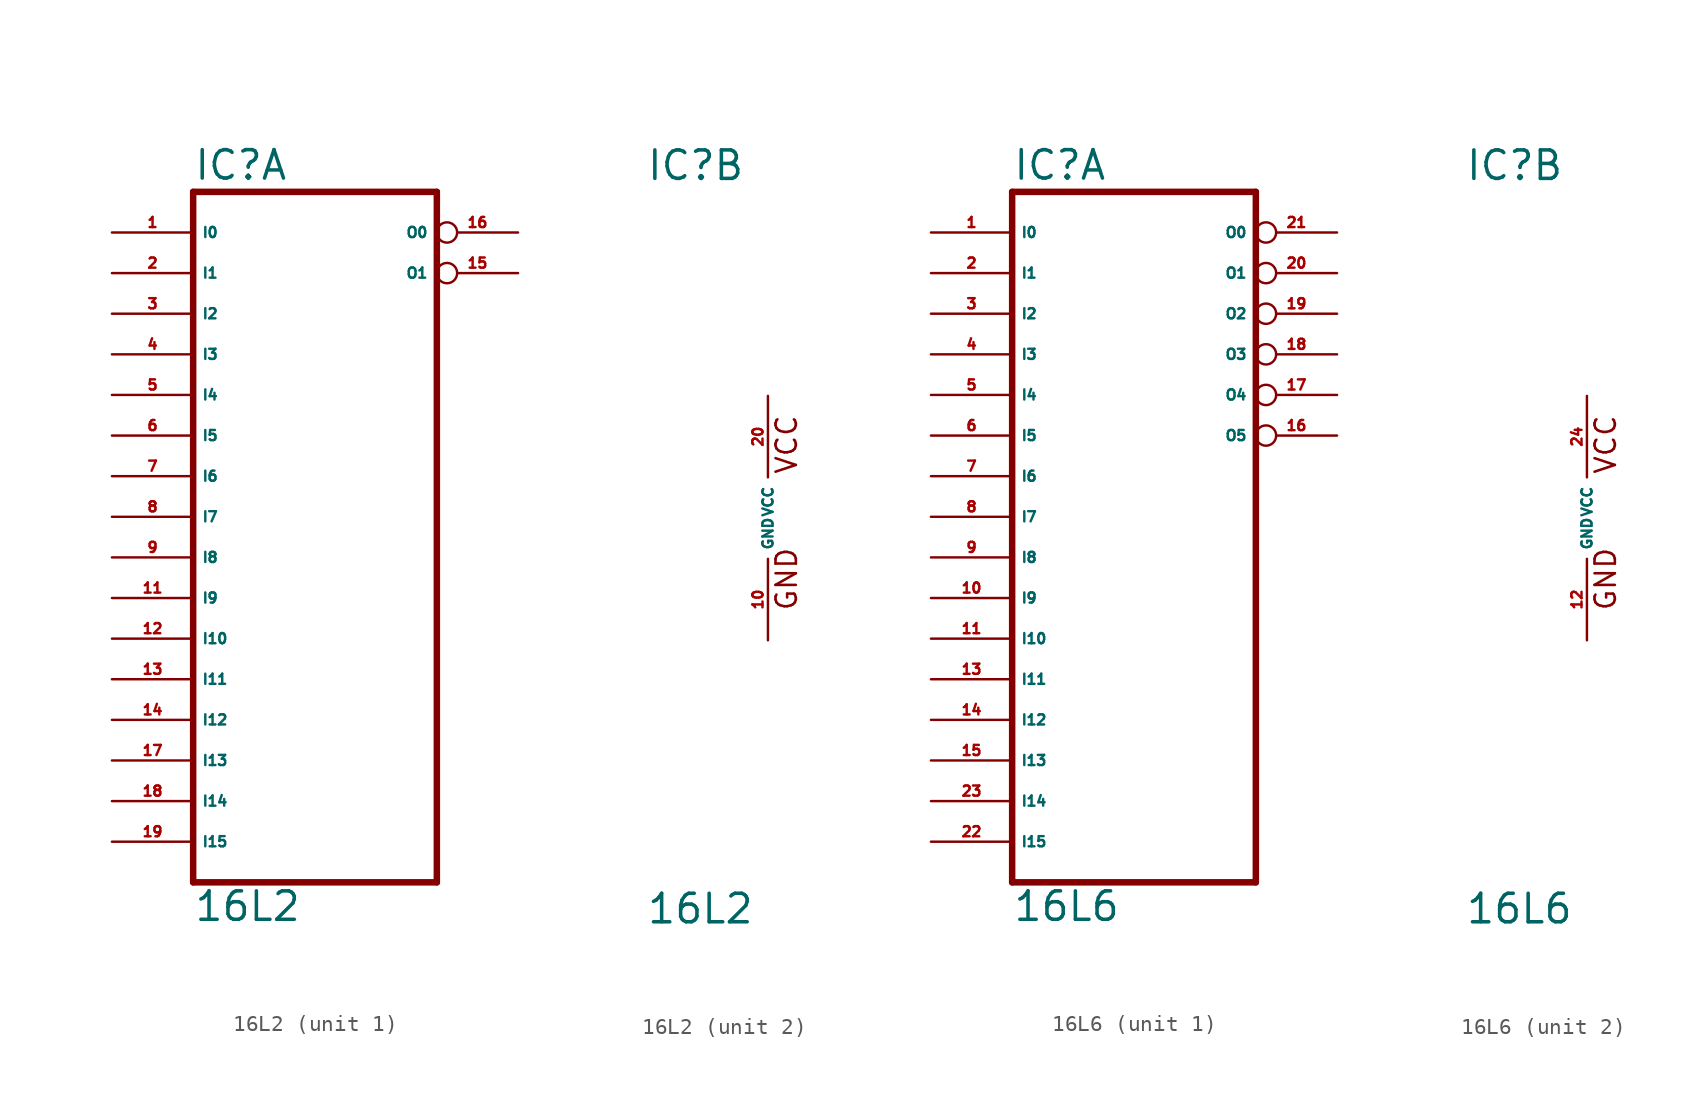
<source format=kicad_sym>
(kicad_symbol_lib
  (version 20220914)
  (generator Eagle2Kicad)
  (symbol "16L2"
    (property "Reference" "IC"
      (at -7.62 20.955 0)
      (effects (font (size 1.778 1.778) (thickness 0.22)) (justify left bottom)))
    (property "Value" "16L2"
      (at -7.62 -25.4 0)
      (effects (font (size 1.778 1.778) (thickness 0.22)) (justify left bottom)))
    (symbol "16L2_1_0"
      (polyline (pts (xy -7.62 -22.86) (xy 7.62 -22.86)) (stroke (width 0.406) (type default)) (fill (type none)))
      (polyline (pts (xy 7.62 -22.86) (xy 7.62 20.32)) (stroke (width 0.406) (type default)) (fill (type none)))
      (polyline (pts (xy 7.62 20.32) (xy -7.62 20.32)) (stroke (width 0.406) (type default)) (fill (type none)))
      (polyline (pts (xy -7.62 20.32) (xy -7.62 -22.86)) (stroke (width 0.406) (type default)) (fill (type none)))
      (pin input line (at -12.7 17.78 0) (length 5.08) (name "I0" (effects (font (size 0.635 0.635) (thickness 0.08)) (justify left bottom))) (number "1" (effects (font (size 0.635 0.635) (thickness 0.08)) (justify left bottom))))
      (pin input line (at -12.7 15.24 0) (length 5.08) (name "I1" (effects (font (size 0.635 0.635) (thickness 0.08)) (justify left bottom))) (number "2" (effects (font (size 0.635 0.635) (thickness 0.08)) (justify left bottom))))
      (pin input line (at -12.7 12.7 0) (length 5.08) (name "I2" (effects (font (size 0.635 0.635) (thickness 0.08)) (justify left bottom))) (number "3" (effects (font (size 0.635 0.635) (thickness 0.08)) (justify left bottom))))
      (pin input line (at -12.7 10.16 0) (length 5.08) (name "I3" (effects (font (size 0.635 0.635) (thickness 0.08)) (justify left bottom))) (number "4" (effects (font (size 0.635 0.635) (thickness 0.08)) (justify left bottom))))
      (pin input line (at -12.7 7.62 0) (length 5.08) (name "I4" (effects (font (size 0.635 0.635) (thickness 0.08)) (justify left bottom))) (number "5" (effects (font (size 0.635 0.635) (thickness 0.08)) (justify left bottom))))
      (pin input line (at -12.7 5.08 0) (length 5.08) (name "I5" (effects (font (size 0.635 0.635) (thickness 0.08)) (justify left bottom))) (number "6" (effects (font (size 0.635 0.635) (thickness 0.08)) (justify left bottom))))
      (pin input line (at -12.7 2.54 0) (length 5.08) (name "I6" (effects (font (size 0.635 0.635) (thickness 0.08)) (justify left bottom))) (number "7" (effects (font (size 0.635 0.635) (thickness 0.08)) (justify left bottom))))
      (pin input line (at -12.7 0 0) (length 5.08) (name "I7" (effects (font (size 0.635 0.635) (thickness 0.08)) (justify left bottom))) (number "8" (effects (font (size 0.635 0.635) (thickness 0.08)) (justify left bottom))))
      (pin input line (at -12.7 -2.54 0) (length 5.08) (name "I8" (effects (font (size 0.635 0.635) (thickness 0.08)) (justify left bottom))) (number "9" (effects (font (size 0.635 0.635) (thickness 0.08)) (justify left bottom))))
      (pin input line (at -12.7 -5.08 0) (length 5.08) (name "I9" (effects (font (size 0.635 0.635) (thickness 0.08)) (justify left bottom))) (number "11" (effects (font (size 0.635 0.635) (thickness 0.08)) (justify left bottom))))
      (pin input line (at -12.7 -7.62 0) (length 5.08) (name "I10" (effects (font (size 0.635 0.635) (thickness 0.08)) (justify left bottom))) (number "12" (effects (font (size 0.635 0.635) (thickness 0.08)) (justify left bottom))))
      (pin input line (at -12.7 -10.16 0) (length 5.08) (name "I11" (effects (font (size 0.635 0.635) (thickness 0.08)) (justify left bottom))) (number "13" (effects (font (size 0.635 0.635) (thickness 0.08)) (justify left bottom))))
      (pin input line (at -12.7 -12.7 0) (length 5.08) (name "I12" (effects (font (size 0.635 0.635) (thickness 0.08)) (justify left bottom))) (number "14" (effects (font (size 0.635 0.635) (thickness 0.08)) (justify left bottom))))
      (pin output inverted (at 12.7 15.24 180) (length 5.08) (name "O1" (effects (font (size 0.635 0.635) (thickness 0.08)) (justify left bottom))) (number "15" (effects (font (size 0.635 0.635) (thickness 0.08)) (justify left bottom))))
      (pin output inverted (at 12.7 17.78 180) (length 5.08) (name "O0" (effects (font (size 0.635 0.635) (thickness 0.08)) (justify left bottom))) (number "16" (effects (font (size 0.635 0.635) (thickness 0.08)) (justify left bottom))))
      (pin input line (at -12.7 -15.24 0) (length 5.08) (name "I13" (effects (font (size 0.635 0.635) (thickness 0.08)) (justify left bottom))) (number "17" (effects (font (size 0.635 0.635) (thickness 0.08)) (justify left bottom))))
      (pin input line (at -12.7 -17.78 0) (length 5.08) (name "I14" (effects (font (size 0.635 0.635) (thickness 0.08)) (justify left bottom))) (number "18" (effects (font (size 0.635 0.635) (thickness 0.08)) (justify left bottom))))
      (pin input line (at -12.7 -20.32 0) (length 5.08) (name "I15" (effects (font (size 0.635 0.635) (thickness 0.08)) (justify left bottom))) (number "19" (effects (font (size 0.635 0.635) (thickness 0.08)) (justify left bottom)))))
    (symbol "16L2_2_0"
      (text "GND" (at 1.905 -5.842 900) (effects (font (size 1.27 1.27) (thickness 0.16)) (justify left bottom)))
      (text "VCC" (at 1.905 2.667 900) (effects (font (size 1.27 1.27) (thickness 0.16)) (justify left bottom)))
      (pin unspecified line (at 0 -7.62 90) (length 5.08) (name "GND" (effects (font (size 0.635 0.635) (thickness 0.08)) (justify left bottom))) (number "10" (effects (font (size 0.635 0.635) (thickness 0.08)) (justify left bottom))))
      (pin unspecified line (at 0 7.62 270) (length 5.08) (name "VCC" (effects (font (size 0.635 0.635) (thickness 0.08)) (justify left bottom))) (number "20" (effects (font (size 0.635 0.635) (thickness 0.08)) (justify left bottom))))))
  (symbol "16L6"
    (property "Reference" "IC"
      (at -7.62 20.955 0)
      (effects (font (size 1.778 1.778) (thickness 0.22)) (justify left bottom)))
    (property "Value" "16L6"
      (at -7.62 -25.4 0)
      (effects (font (size 1.778 1.778) (thickness 0.22)) (justify left bottom)))
    (symbol "16L6_1_0"
      (polyline (pts (xy -7.62 -22.86) (xy 7.62 -22.86)) (stroke (width 0.406) (type default)) (fill (type none)))
      (polyline (pts (xy 7.62 -22.86) (xy 7.62 20.32)) (stroke (width 0.406) (type default)) (fill (type none)))
      (polyline (pts (xy 7.62 20.32) (xy -7.62 20.32)) (stroke (width 0.406) (type default)) (fill (type none)))
      (polyline (pts (xy -7.62 20.32) (xy -7.62 -22.86)) (stroke (width 0.406) (type default)) (fill (type none)))
      (pin input line (at -12.7 17.78 0) (length 5.08) (name "I0" (effects (font (size 0.635 0.635) (thickness 0.08)) (justify left bottom))) (number "1" (effects (font (size 0.635 0.635) (thickness 0.08)) (justify left bottom))))
      (pin input line (at -12.7 15.24 0) (length 5.08) (name "I1" (effects (font (size 0.635 0.635) (thickness 0.08)) (justify left bottom))) (number "2" (effects (font (size 0.635 0.635) (thickness 0.08)) (justify left bottom))))
      (pin input line (at -12.7 12.7 0) (length 5.08) (name "I2" (effects (font (size 0.635 0.635) (thickness 0.08)) (justify left bottom))) (number "3" (effects (font (size 0.635 0.635) (thickness 0.08)) (justify left bottom))))
      (pin input line (at -12.7 10.16 0) (length 5.08) (name "I3" (effects (font (size 0.635 0.635) (thickness 0.08)) (justify left bottom))) (number "4" (effects (font (size 0.635 0.635) (thickness 0.08)) (justify left bottom))))
      (pin input line (at -12.7 7.62 0) (length 5.08) (name "I4" (effects (font (size 0.635 0.635) (thickness 0.08)) (justify left bottom))) (number "5" (effects (font (size 0.635 0.635) (thickness 0.08)) (justify left bottom))))
      (pin input line (at -12.7 5.08 0) (length 5.08) (name "I5" (effects (font (size 0.635 0.635) (thickness 0.08)) (justify left bottom))) (number "6" (effects (font (size 0.635 0.635) (thickness 0.08)) (justify left bottom))))
      (pin input line (at -12.7 2.54 0) (length 5.08) (name "I6" (effects (font (size 0.635 0.635) (thickness 0.08)) (justify left bottom))) (number "7" (effects (font (size 0.635 0.635) (thickness 0.08)) (justify left bottom))))
      (pin input line (at -12.7 0 0) (length 5.08) (name "I7" (effects (font (size 0.635 0.635) (thickness 0.08)) (justify left bottom))) (number "8" (effects (font (size 0.635 0.635) (thickness 0.08)) (justify left bottom))))
      (pin input line (at -12.7 -2.54 0) (length 5.08) (name "I8" (effects (font (size 0.635 0.635) (thickness 0.08)) (justify left bottom))) (number "9" (effects (font (size 0.635 0.635) (thickness 0.08)) (justify left bottom))))
      (pin input line (at -12.7 -5.08 0) (length 5.08) (name "I9" (effects (font (size 0.635 0.635) (thickness 0.08)) (justify left bottom))) (number "10" (effects (font (size 0.635 0.635) (thickness 0.08)) (justify left bottom))))
      (pin input line (at -12.7 -7.62 0) (length 5.08) (name "I10" (effects (font (size 0.635 0.635) (thickness 0.08)) (justify left bottom))) (number "11" (effects (font (size 0.635 0.635) (thickness 0.08)) (justify left bottom))))
      (pin input line (at -12.7 -10.16 0) (length 5.08) (name "I11" (effects (font (size 0.635 0.635) (thickness 0.08)) (justify left bottom))) (number "13" (effects (font (size 0.635 0.635) (thickness 0.08)) (justify left bottom))))
      (pin input line (at -12.7 -12.7 0) (length 5.08) (name "I12" (effects (font (size 0.635 0.635) (thickness 0.08)) (justify left bottom))) (number "14" (effects (font (size 0.635 0.635) (thickness 0.08)) (justify left bottom))))
      (pin input line (at -12.7 -15.24 0) (length 5.08) (name "I13" (effects (font (size 0.635 0.635) (thickness 0.08)) (justify left bottom))) (number "15" (effects (font (size 0.635 0.635) (thickness 0.08)) (justify left bottom))))
      (pin output inverted (at 12.7 5.08 180) (length 5.08) (name "O5" (effects (font (size 0.635 0.635) (thickness 0.08)) (justify left bottom))) (number "16" (effects (font (size 0.635 0.635) (thickness 0.08)) (justify left bottom))))
      (pin output inverted (at 12.7 7.62 180) (length 5.08) (name "O4" (effects (font (size 0.635 0.635) (thickness 0.08)) (justify left bottom))) (number "17" (effects (font (size 0.635 0.635) (thickness 0.08)) (justify left bottom))))
      (pin output inverted (at 12.7 10.16 180) (length 5.08) (name "O3" (effects (font (size 0.635 0.635) (thickness 0.08)) (justify left bottom))) (number "18" (effects (font (size 0.635 0.635) (thickness 0.08)) (justify left bottom))))
      (pin output inverted (at 12.7 12.7 180) (length 5.08) (name "O2" (effects (font (size 0.635 0.635) (thickness 0.08)) (justify left bottom))) (number "19" (effects (font (size 0.635 0.635) (thickness 0.08)) (justify left bottom))))
      (pin output inverted (at 12.7 15.24 180) (length 5.08) (name "O1" (effects (font (size 0.635 0.635) (thickness 0.08)) (justify left bottom))) (number "20" (effects (font (size 0.635 0.635) (thickness 0.08)) (justify left bottom))))
      (pin output inverted (at 12.7 17.78 180) (length 5.08) (name "O0" (effects (font (size 0.635 0.635) (thickness 0.08)) (justify left bottom))) (number "21" (effects (font (size 0.635 0.635) (thickness 0.08)) (justify left bottom))))
      (pin input line (at -12.7 -20.32 0) (length 5.08) (name "I15" (effects (font (size 0.635 0.635) (thickness 0.08)) (justify left bottom))) (number "22" (effects (font (size 0.635 0.635) (thickness 0.08)) (justify left bottom))))
      (pin input line (at -12.7 -17.78 0) (length 5.08) (name "I14" (effects (font (size 0.635 0.635) (thickness 0.08)) (justify left bottom))) (number "23" (effects (font (size 0.635 0.635) (thickness 0.08)) (justify left bottom)))))
    (symbol "16L6_2_0"
      (text "GND" (at 1.905 -5.842 900) (effects (font (size 1.27 1.27) (thickness 0.16)) (justify left bottom)))
      (text "VCC" (at 1.905 2.667 900) (effects (font (size 1.27 1.27) (thickness 0.16)) (justify left bottom)))
      (pin unspecified line (at 0 -7.62 90) (length 5.08) (name "GND" (effects (font (size 0.635 0.635) (thickness 0.08)) (justify left bottom))) (number "12" (effects (font (size 0.635 0.635) (thickness 0.08)) (justify left bottom))))
      (pin unspecified line (at 0 7.62 270) (length 5.08) (name "VCC" (effects (font (size 0.635 0.635) (thickness 0.08)) (justify left bottom))) (number "24" (effects (font (size 0.635 0.635) (thickness 0.08)) (justify left bottom)))))))
</source>
